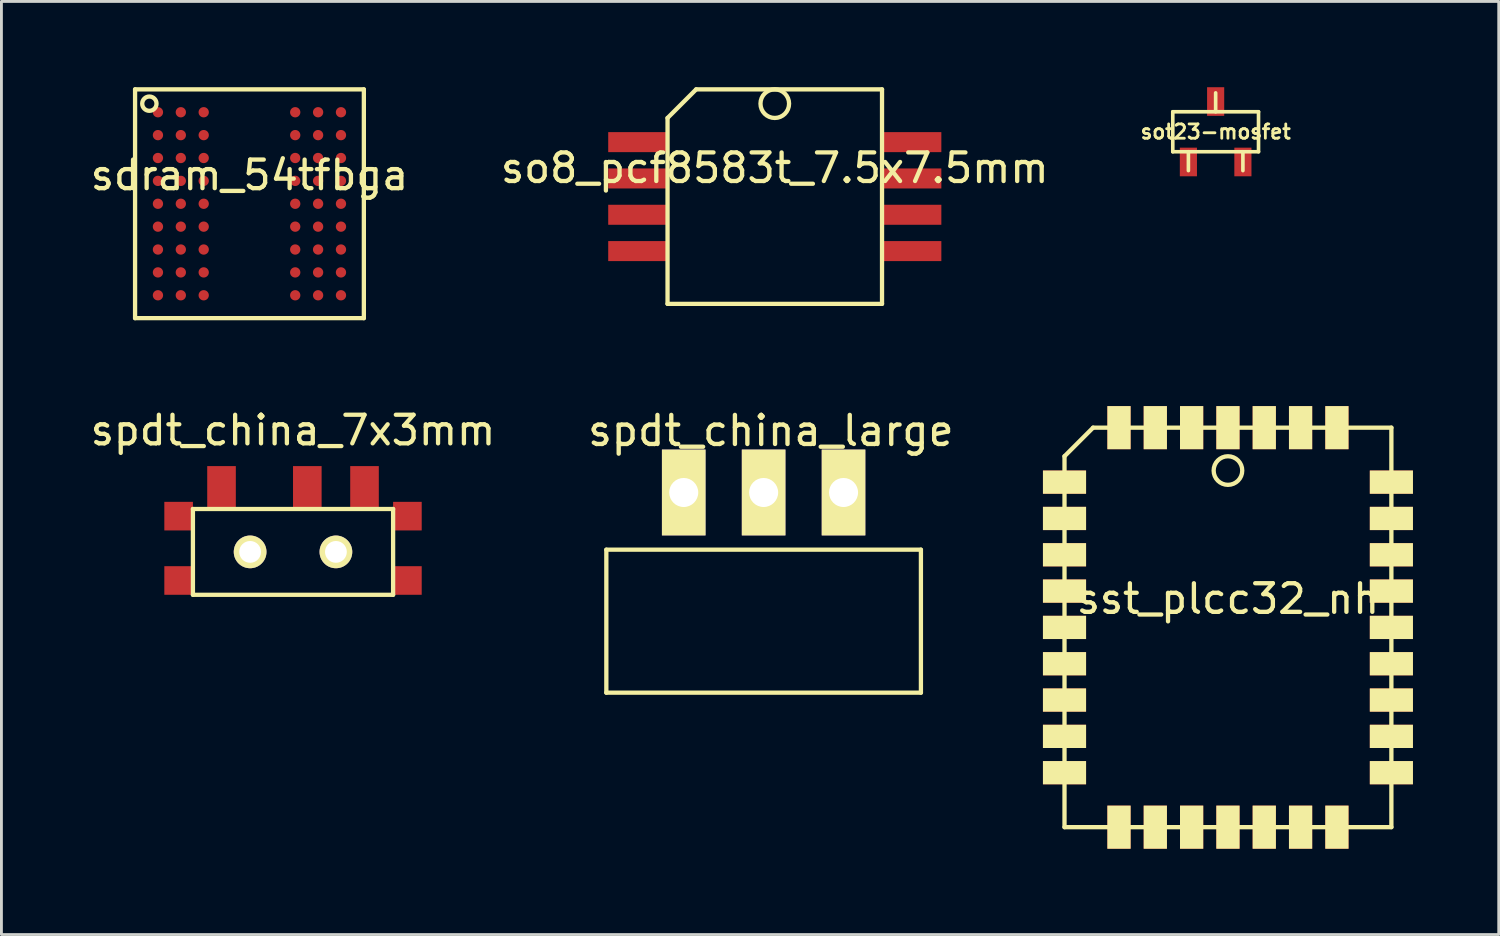
<source format=kicad_pcb>
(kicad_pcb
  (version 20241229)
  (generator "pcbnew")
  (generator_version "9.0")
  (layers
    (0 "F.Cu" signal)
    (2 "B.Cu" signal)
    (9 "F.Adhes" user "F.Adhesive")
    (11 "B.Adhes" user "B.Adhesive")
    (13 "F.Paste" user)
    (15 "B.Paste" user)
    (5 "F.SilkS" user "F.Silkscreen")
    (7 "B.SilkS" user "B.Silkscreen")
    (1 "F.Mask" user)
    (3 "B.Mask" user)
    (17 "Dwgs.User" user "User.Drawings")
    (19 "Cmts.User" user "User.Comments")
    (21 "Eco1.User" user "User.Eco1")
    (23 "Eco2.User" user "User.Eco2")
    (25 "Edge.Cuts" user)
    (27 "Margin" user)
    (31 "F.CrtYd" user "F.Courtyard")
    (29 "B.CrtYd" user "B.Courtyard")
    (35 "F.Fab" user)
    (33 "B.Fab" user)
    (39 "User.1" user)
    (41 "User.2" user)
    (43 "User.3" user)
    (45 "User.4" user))
  (footprint "spdt_china_large"
    (layer "F.Cu")
    (at 23.652 14.171)
    (property "Reference" "spdt_china_large" (at 0.254 -2.159 0) (layer "F.SilkS") (effects (font (size 1.016 1.016) (thickness 0.152))))
    (attr through_hole)
    (fp_line (start -5.5 2) (end 5.5 2) (stroke (width 0.15) (type solid)) (layer "F.SilkS"))
    (fp_line (start -5.5 7) (end -5.5 2) (stroke (width 0.15) (type solid)) (layer "F.SilkS"))
    (fp_line (start 5.5 2) (end 5.5 7) (stroke (width 0.15) (type solid)) (layer "F.SilkS"))
    (fp_line (start 5.5 7) (end -5.5 7) (stroke (width 0.15) (type solid)) (layer "F.SilkS"))
    (pad "1" thru_hole rect (at -2.794 0) (size 1.524 3) (drill 1.016) (layers "*.Cu" "*.Mask" "F.SilkS"))
    (pad "2" thru_hole rect (at 0 0) (size 1.524 3) (drill 1.016) (layers "*.Cu" "*.Mask" "F.SilkS"))
    (pad "3" thru_hole rect (at 2.794 0) (size 1.524 3) (drill 1.016) (layers "*.Cu" "*.Mask" "F.SilkS")))
  (footprint "sot23-mosfet"
    (layer "F.Cu")
    (at 39.458 1.557)
    (property "Reference" "sot23-mosfet" (at 0 0 0) (layer "F.SilkS") (effects (font (size 0.5 0.5) (thickness 0.099))))
    (attr smd)
    (fp_line (start -1.499 -0.699) (end 1.499 -0.699) (stroke (width 0.127) (type solid)) (layer "F.SilkS"))
    (fp_line (start -1.499 0.699) (end -1.499 -0.699) (stroke (width 0.127) (type solid)) (layer "F.SilkS"))
    (fp_line (start -0.953 0.699) (end -0.953 1.359) (stroke (width 0.127) (type solid)) (layer "F.SilkS"))
    (fp_line (start 0 -0.699) (end 0 -1.359) (stroke (width 0.127) (type solid)) (layer "F.SilkS"))
    (fp_line (start 0.953 0.699) (end 0.953 1.359) (stroke (width 0.127) (type solid)) (layer "F.SilkS"))
    (fp_line (start 1.499 -0.699) (end 1.499 0.699) (stroke (width 0.127) (type solid)) (layer "F.SilkS"))
    (fp_line (start 1.499 0.699) (end -1.499 0.699) (stroke (width 0.127) (type solid)) (layer "F.SilkS"))
    (pad "D" smd rect (at 0.953 1.057) (size 0.599 1.001) (layers "F.Cu" "F.Mask" "F.Paste"))
    (pad "G" smd rect (at -0.953 1.057) (size 0.599 1.001) (layers "F.Cu" "F.Mask" "F.Paste"))
    (pad "S" smd rect (at 0 -1.057) (size 0.599 1.001) (layers "F.Cu" "F.Mask" "F.Paste")))
  (footprint "sst_plcc32_nh"
    (layer "F.Cu")
    (at 39.888 18.889)
    (property "Reference" "sst_plcc32_nh" (at 0 -1 0) (layer "F.SilkS") (effects (font (size 1 1) (thickness 0.15))))
    (attr through_hole)
    (fp_line (start -5.715 -5.985) (end -5.715 6.985) (stroke (width 0.15) (type solid)) (layer "F.SilkS"))
    (fp_line (start -5.715 6.985) (end 5.715 6.985) (stroke (width 0.15) (type solid)) (layer "F.SilkS"))
    (fp_line (start -4.715 -6.985) (end -5.715 -5.985) (stroke (width 0.15) (type solid)) (layer "F.SilkS"))
    (fp_line (start 5.715 -6.985) (end -4.715 -6.985) (stroke (width 0.15) (type solid)) (layer "F.SilkS"))
    (fp_line (start 5.715 6.985) (end 5.715 -6.985) (stroke (width 0.15) (type solid)) (layer "F.SilkS"))
    (fp_circle (center 0 -5.485) (end 0 -4.985) (stroke (width 0.15) (type solid)) (fill no) (layer "F.SilkS"))
    (pad "1" smd rect (at 0 -6.985) (size 0.813 1.508) (layers "F.Cu" "F.Mask" "F.SilkS"))
    (pad "2" smd rect (at -1.27 -6.985) (size 0.813 1.508) (layers "F.Cu" "F.Mask" "F.SilkS"))
    (pad "3" smd rect (at -2.54 -6.985) (size 0.813 1.508) (layers "F.Cu" "F.Mask" "F.SilkS"))
    (pad "4" smd rect (at -3.81 -6.985) (size 0.813 1.508) (layers "F.Cu" "F.Mask" "F.SilkS"))
    (pad "5" smd rect (at -5.715 -5.08) (size 1.508 0.813) (layers "F.Cu" "F.Mask" "F.SilkS"))
    (pad "6" smd rect (at -5.715 -3.81) (size 1.508 0.813) (layers "F.Cu" "F.Mask" "F.SilkS"))
    (pad "7" smd rect (at -5.715 -2.54) (size 1.508 0.813) (layers "F.Cu" "F.Mask" "F.SilkS"))
    (pad "8" smd rect (at -5.715 -1.27) (size 1.508 0.813) (layers "F.Cu" "F.Mask" "F.SilkS"))
    (pad "9" smd rect (at -5.715 0) (size 1.508 0.813) (layers "F.Cu" "F.Mask" "F.SilkS"))
    (pad "10" smd rect (at -5.715 1.27) (size 1.508 0.813) (layers "F.Cu" "F.Mask" "F.SilkS"))
    (pad "11" smd rect (at -5.715 2.54) (size 1.508 0.813) (layers "F.Cu" "F.Mask" "F.SilkS"))
    (pad "12" smd rect (at -5.715 3.81) (size 1.508 0.813) (layers "F.Cu" "F.Mask" "F.SilkS"))
    (pad "13" smd rect (at -5.715 5.08) (size 1.508 0.813) (layers "F.Cu" "F.Mask" "F.SilkS"))
    (pad "14" smd rect (at -3.81 6.985) (size 0.813 1.508) (layers "F.Cu" "F.Mask" "F.SilkS"))
    (pad "15" smd rect (at -2.54 6.985) (size 0.813 1.508) (layers "F.Cu" "F.Mask" "F.SilkS"))
    (pad "16" smd rect (at -1.27 6.985) (size 0.813 1.508) (layers "F.Cu" "F.Mask" "F.SilkS"))
    (pad "17" smd rect (at 0 6.985) (size 0.813 1.508) (layers "F.Cu" "F.Mask" "F.SilkS"))
    (pad "18" smd rect (at 1.27 6.985) (size 0.813 1.508) (layers "F.Cu" "F.Mask" "F.SilkS"))
    (pad "19" smd rect (at 2.54 6.985) (size 0.813 1.508) (layers "F.Cu" "F.Mask" "F.SilkS"))
    (pad "20" smd rect (at 3.81 6.985) (size 0.813 1.508) (layers "F.Cu" "F.Mask" "F.SilkS"))
    (pad "21" smd rect (at 5.715 5.08) (size 1.508 0.813) (layers "F.Cu" "F.Mask" "F.SilkS"))
    (pad "22" smd rect (at 5.715 3.81) (size 1.508 0.813) (layers "F.Cu" "F.Mask" "F.SilkS"))
    (pad "23" smd rect (at 5.715 2.54) (size 1.508 0.813) (layers "F.Cu" "F.Mask" "F.SilkS"))
    (pad "24" smd rect (at 5.715 1.27) (size 1.508 0.813) (layers "F.Cu" "F.Mask" "F.SilkS"))
    (pad "25" smd rect (at 5.715 0) (size 1.508 0.813) (layers "F.Cu" "F.Mask" "F.SilkS"))
    (pad "26" smd rect (at 5.715 -1.27) (size 1.508 0.813) (layers "F.Cu" "F.Mask" "F.SilkS"))
    (pad "27" smd rect (at 5.715 -2.54) (size 1.508 0.813) (layers "F.Cu" "F.Mask" "F.SilkS"))
    (pad "28" smd rect (at 5.715 -3.81) (size 1.508 0.813) (layers "F.Cu" "F.Mask" "F.SilkS"))
    (pad "29" smd rect (at 5.715 -5.08) (size 1.508 0.813) (layers "F.Cu" "F.Mask" "F.SilkS"))
    (pad "30" smd rect (at 3.81 -6.985) (size 0.813 1.508) (layers "F.Cu" "F.Mask" "F.SilkS"))
    (pad "31" smd rect (at 2.54 -6.985) (size 0.813 1.508) (layers "F.Cu" "F.Mask" "F.SilkS"))
    (pad "32" smd rect (at 1.27 -6.985) (size 0.813 1.508) (layers "F.Cu" "F.Mask" "F.SilkS")))
  (footprint "so8_pcf8583t_7.5x7.5mm"
    (layer "F.Cu")
    (at 24.042 3.825)
    (property "Reference" "so8_pcf8583t_7.5x7.5mm" (at 0 -1 0) (layer "F.SilkS") (effects (font (size 1 1) (thickness 0.15))))
    (attr through_hole)
    (fp_line (start -3.75 -2.75) (end -3.75 3.75) (stroke (width 0.15) (type solid)) (layer "F.SilkS"))
    (fp_line (start -3.75 3.75) (end 3.75 3.75) (stroke (width 0.15) (type solid)) (layer "F.SilkS"))
    (fp_line (start -2.75 -3.75) (end -3.75 -2.75) (stroke (width 0.15) (type solid)) (layer "F.SilkS"))
    (fp_line (start 3.75 -3.75) (end -2.75 -3.75) (stroke (width 0.15) (type solid)) (layer "F.SilkS"))
    (fp_line (start 3.75 3.75) (end 3.75 -3.75) (stroke (width 0.15) (type solid)) (layer "F.SilkS"))
    (fp_circle (center 0 -3.25) (end 0 -2.75) (stroke (width 0.15) (type solid)) (fill no) (layer "F.SilkS"))
    (pad "1" smd rect (at -4.787 -1.905) (size 2.075 0.7) (layers "F.Cu" "F.Mask" "F.Paste"))
    (pad "2" smd rect (at -4.787 -0.635) (size 2.075 0.7) (layers "F.Cu" "F.Mask" "F.Paste"))
    (pad "3" smd rect (at -4.787 0.635) (size 2.075 0.7) (layers "F.Cu" "F.Mask" "F.Paste"))
    (pad "4" smd rect (at -4.787 1.905) (size 2.075 0.7) (layers "F.Cu" "F.Mask" "F.Paste"))
    (pad "5" smd rect (at 4.787 1.905) (size 2.075 0.7) (layers "F.Cu" "F.Mask" "F.Paste"))
    (pad "6" smd rect (at 4.787 0.635) (size 2.075 0.7) (layers "F.Cu" "F.Mask" "F.Paste"))
    (pad "7" smd rect (at 4.787 -0.635) (size 2.075 0.7) (layers "F.Cu" "F.Mask" "F.Paste"))
    (pad "8" smd rect (at 4.787 -1.905) (size 2.075 0.7) (layers "F.Cu" "F.Mask" "F.Paste")))
  (footprint "sdram_54tfbga"
    (layer "F.Cu")
    (at 5.673 4.075)
    (property "Reference" "sdram_54tfbga" (at 0 -1 0) (layer "F.SilkS") (effects (font (size 1 1) (thickness 0.15))))
    (attr through_hole)
    (fp_line (start -4 -4) (end -4 4) (stroke (width 0.15) (type solid)) (layer "F.SilkS"))
    (fp_line (start -4 4) (end 4 4) (stroke (width 0.15) (type solid)) (layer "F.SilkS"))
    (fp_line (start 4 -4) (end -4 -4) (stroke (width 0.15) (type solid)) (layer "F.SilkS"))
    (fp_line (start 4 4) (end 4 -4) (stroke (width 0.15) (type solid)) (layer "F.SilkS"))
    (fp_circle (center -3.5 -3.5) (end -3.5 -3.25) (stroke (width 0.15) (type solid)) (fill no) (layer "F.SilkS"))
    (pad "A1" smd circle (at -3.2 -3.2) (size 0.36 0.36) (layers "F.Cu" "F.Mask" "F.Paste"))
    (pad "A2" smd circle (at -2.4 -3.2) (size 0.36 0.36) (layers "F.Cu" "F.Mask" "F.Paste"))
    (pad "A3" smd circle (at -1.6 -3.2) (size 0.36 0.36) (layers "F.Cu" "F.Mask" "F.Paste"))
    (pad "A7" smd circle (at 1.6 -3.2) (size 0.36 0.36) (layers "F.Cu" "F.Mask" "F.Paste"))
    (pad "A8" smd circle (at 2.4 -3.2) (size 0.36 0.36) (layers "F.Cu" "F.Mask" "F.Paste"))
    (pad "A9" smd circle (at 3.2 -3.2) (size 0.36 0.36) (layers "F.Cu" "F.Mask" "F.Paste"))
    (pad "B1" smd circle (at -3.2 -2.4) (size 0.36 0.36) (layers "F.Cu" "F.Mask" "F.Paste"))
    (pad "B2" smd circle (at -2.4 -2.4) (size 0.36 0.36) (layers "F.Cu" "F.Mask" "F.Paste"))
    (pad "B3" smd circle (at -1.6 -2.4) (size 0.36 0.36) (layers "F.Cu" "F.Mask" "F.Paste"))
    (pad "B7" smd circle (at 1.6 -2.4) (size 0.36 0.36) (layers "F.Cu" "F.Mask" "F.Paste"))
    (pad "B8" smd circle (at 2.4 -2.4) (size 0.36 0.36) (layers "F.Cu" "F.Mask" "F.Paste"))
    (pad "B9" smd circle (at 3.2 -2.4) (size 0.36 0.36) (layers "F.Cu" "F.Mask" "F.Paste"))
    (pad "C1" smd circle (at -3.2 -1.6) (size 0.36 0.36) (layers "F.Cu" "F.Mask" "F.Paste"))
    (pad "C2" smd circle (at -2.4 -1.6) (size 0.36 0.36) (layers "F.Cu" "F.Mask" "F.Paste"))
    (pad "C3" smd circle (at -1.6 -1.6) (size 0.36 0.36) (layers "F.Cu" "F.Mask" "F.Paste"))
    (pad "C7" smd circle (at 1.6 -1.6) (size 0.36 0.36) (layers "F.Cu" "F.Mask" "F.Paste"))
    (pad "C8" smd circle (at 2.4 -1.6) (size 0.36 0.36) (layers "F.Cu" "F.Mask" "F.Paste"))
    (pad "C9" smd circle (at 3.2 -1.6) (size 0.36 0.36) (layers "F.Cu" "F.Mask" "F.Paste"))
    (pad "D1" smd circle (at -3.2 -0.8) (size 0.36 0.36) (layers "F.Cu" "F.Mask" "F.Paste"))
    (pad "D2" smd circle (at -2.4 -0.8) (size 0.36 0.36) (layers "F.Cu" "F.Mask" "F.Paste"))
    (pad "D3" smd circle (at -1.6 -0.8) (size 0.36 0.36) (layers "F.Cu" "F.Mask" "F.Paste"))
    (pad "D7" smd circle (at 1.6 -0.8) (size 0.36 0.36) (layers "F.Cu" "F.Mask" "F.Paste"))
    (pad "D8" smd circle (at 2.4 -0.8) (size 0.36 0.36) (layers "F.Cu" "F.Mask" "F.Paste"))
    (pad "D9" smd circle (at 3.2 -0.8) (size 0.36 0.36) (layers "F.Cu" "F.Mask" "F.Paste"))
    (pad "E1" smd circle (at -3.2 0) (size 0.36 0.36) (layers "F.Cu" "F.Mask" "F.Paste"))
    (pad "E2" smd circle (at -2.4 0) (size 0.36 0.36) (layers "F.Cu" "F.Mask" "F.Paste"))
    (pad "E3" smd circle (at -1.6 0) (size 0.36 0.36) (layers "F.Cu" "F.Mask" "F.Paste"))
    (pad "E7" smd circle (at 1.6 0) (size 0.36 0.36) (layers "F.Cu" "F.Mask" "F.Paste"))
    (pad "E8" smd circle (at 2.4 0) (size 0.36 0.36) (layers "F.Cu" "F.Mask" "F.Paste"))
    (pad "E9" smd circle (at 3.2 0) (size 0.36 0.36) (layers "F.Cu" "F.Mask" "F.Paste"))
    (pad "F1" smd circle (at -3.2 0.8) (size 0.36 0.36) (layers "F.Cu" "F.Mask" "F.Paste"))
    (pad "F2" smd circle (at -2.4 0.8) (size 0.36 0.36) (layers "F.Cu" "F.Mask" "F.Paste"))
    (pad "F3" smd circle (at -1.6 0.8) (size 0.36 0.36) (layers "F.Cu" "F.Mask" "F.Paste"))
    (pad "F7" smd circle (at 1.6 0.8) (size 0.36 0.36) (layers "F.Cu" "F.Mask" "F.Paste"))
    (pad "F8" smd circle (at 2.4 0.8) (size 0.36 0.36) (layers "F.Cu" "F.Mask" "F.Paste"))
    (pad "F9" smd circle (at 3.2 0.8) (size 0.36 0.36) (layers "F.Cu" "F.Mask" "F.Paste"))
    (pad "G1" smd circle (at -3.2 1.6) (size 0.36 0.36) (layers "F.Cu" "F.Mask" "F.Paste"))
    (pad "G2" smd circle (at -2.4 1.6) (size 0.36 0.36) (layers "F.Cu" "F.Mask" "F.Paste"))
    (pad "G3" smd circle (at -1.6 1.6) (size 0.36 0.36) (layers "F.Cu" "F.Mask" "F.Paste"))
    (pad "G7" smd circle (at 1.6 1.6) (size 0.36 0.36) (layers "F.Cu" "F.Mask" "F.Paste"))
    (pad "G8" smd circle (at 2.4 1.6) (size 0.36 0.36) (layers "F.Cu" "F.Mask" "F.Paste"))
    (pad "G9" smd circle (at 3.2 1.6) (size 0.36 0.36) (layers "F.Cu" "F.Mask" "F.Paste"))
    (pad "H1" smd circle (at -3.2 2.4) (size 0.36 0.36) (layers "F.Cu" "F.Mask" "F.Paste"))
    (pad "H2" smd circle (at -2.4 2.4) (size 0.36 0.36) (layers "F.Cu" "F.Mask" "F.Paste"))
    (pad "H3" smd circle (at -1.6 2.4) (size 0.36 0.36) (layers "F.Cu" "F.Mask" "F.Paste"))
    (pad "H7" smd circle (at 1.6 2.4) (size 0.36 0.36) (layers "F.Cu" "F.Mask" "F.Paste"))
    (pad "H8" smd circle (at 2.4 2.4) (size 0.36 0.36) (layers "F.Cu" "F.Mask" "F.Paste"))
    (pad "H9" smd circle (at 3.2 2.4) (size 0.36 0.36) (layers "F.Cu" "F.Mask" "F.Paste"))
    (pad "J1" smd circle (at -3.2 3.2) (size 0.36 0.36) (layers "F.Cu" "F.Mask" "F.Paste"))
    (pad "J2" smd circle (at -2.4 3.2) (size 0.36 0.36) (layers "F.Cu" "F.Mask" "F.Paste"))
    (pad "J3" smd circle (at -1.6 3.2) (size 0.36 0.36) (layers "F.Cu" "F.Mask" "F.Paste"))
    (pad "J7" smd circle (at 1.6 3.2) (size 0.36 0.36) (layers "F.Cu" "F.Mask" "F.Paste"))
    (pad "J8" smd circle (at 2.4 3.2) (size 0.36 0.36) (layers "F.Cu" "F.Mask" "F.Paste"))
    (pad "J9" smd circle (at 3.2 3.2) (size 0.36 0.36) (layers "F.Cu" "F.Mask" "F.Paste")))
  (footprint "spdt_china_7x3mm"
    (layer "F.Cu")
    (at 7.196 16.248)
    (property "Reference" "spdt_china_7x3mm" (at 0 -4.25 0) (layer "F.SilkS") (effects (font (size 1 1) (thickness 0.15))))
    (attr through_hole)
    (fp_line (start -3.5 -1.5) (end 3.5 -1.5) (stroke (width 0.15) (type solid)) (layer "F.SilkS"))
    (fp_line (start -3.5 1.5) (end -3.5 -1.5) (stroke (width 0.15) (type solid)) (layer "F.SilkS"))
    (fp_line (start 3.5 -1.5) (end 3.5 1.5) (stroke (width 0.15) (type solid)) (layer "F.SilkS"))
    (fp_line (start 3.5 1.5) (end -3.5 1.5) (stroke (width 0.15) (type solid)) (layer "F.SilkS"))
    (pad "1" smd rect (at -2.5 -2.25) (size 1 1.5) (layers "F.Cu" "F.Mask" "F.Paste"))
    (pad "2" smd rect (at 0.5 -2.25) (size 1 1.5) (layers "F.Cu" "F.Mask" "F.Paste"))
    (pad "3" smd rect (at 2.5 -2.25) (size 1 1.5) (layers "F.Cu" "F.Mask" "F.Paste"))
    (pad "H" thru_hole circle (at -1.5 0) (size 1.143 1.143) (drill 0.762) (layers "*.Cu" "*.Mask" "F.SilkS"))
    (pad "H" thru_hole circle (at 1.5 0) (size 1.143 1.143) (drill 0.762) (layers "*.Cu" "*.Mask" "F.SilkS"))
    (pad "NC" smd rect (at -4 -1.25) (size 1 1) (layers "F.Cu" "F.Mask" "F.Paste"))
    (pad "NC" smd rect (at -4 1) (size 1 1) (layers "F.Cu" "F.Mask" "F.Paste"))
    (pad "NC" smd rect (at 4 -1.25) (size 1 1) (layers "F.Cu" "F.Mask" "F.Paste"))
    (pad "NC" smd rect (at 4 1) (size 1 1) (layers "F.Cu" "F.Mask" "F.Paste")))
  (gr_rect
    (start -3 -3)
    (end 49.357 29.628)
    (stroke (width 0.1) (type default))
    (fill no)
    (layer "Edge.Cuts")))
</source>
